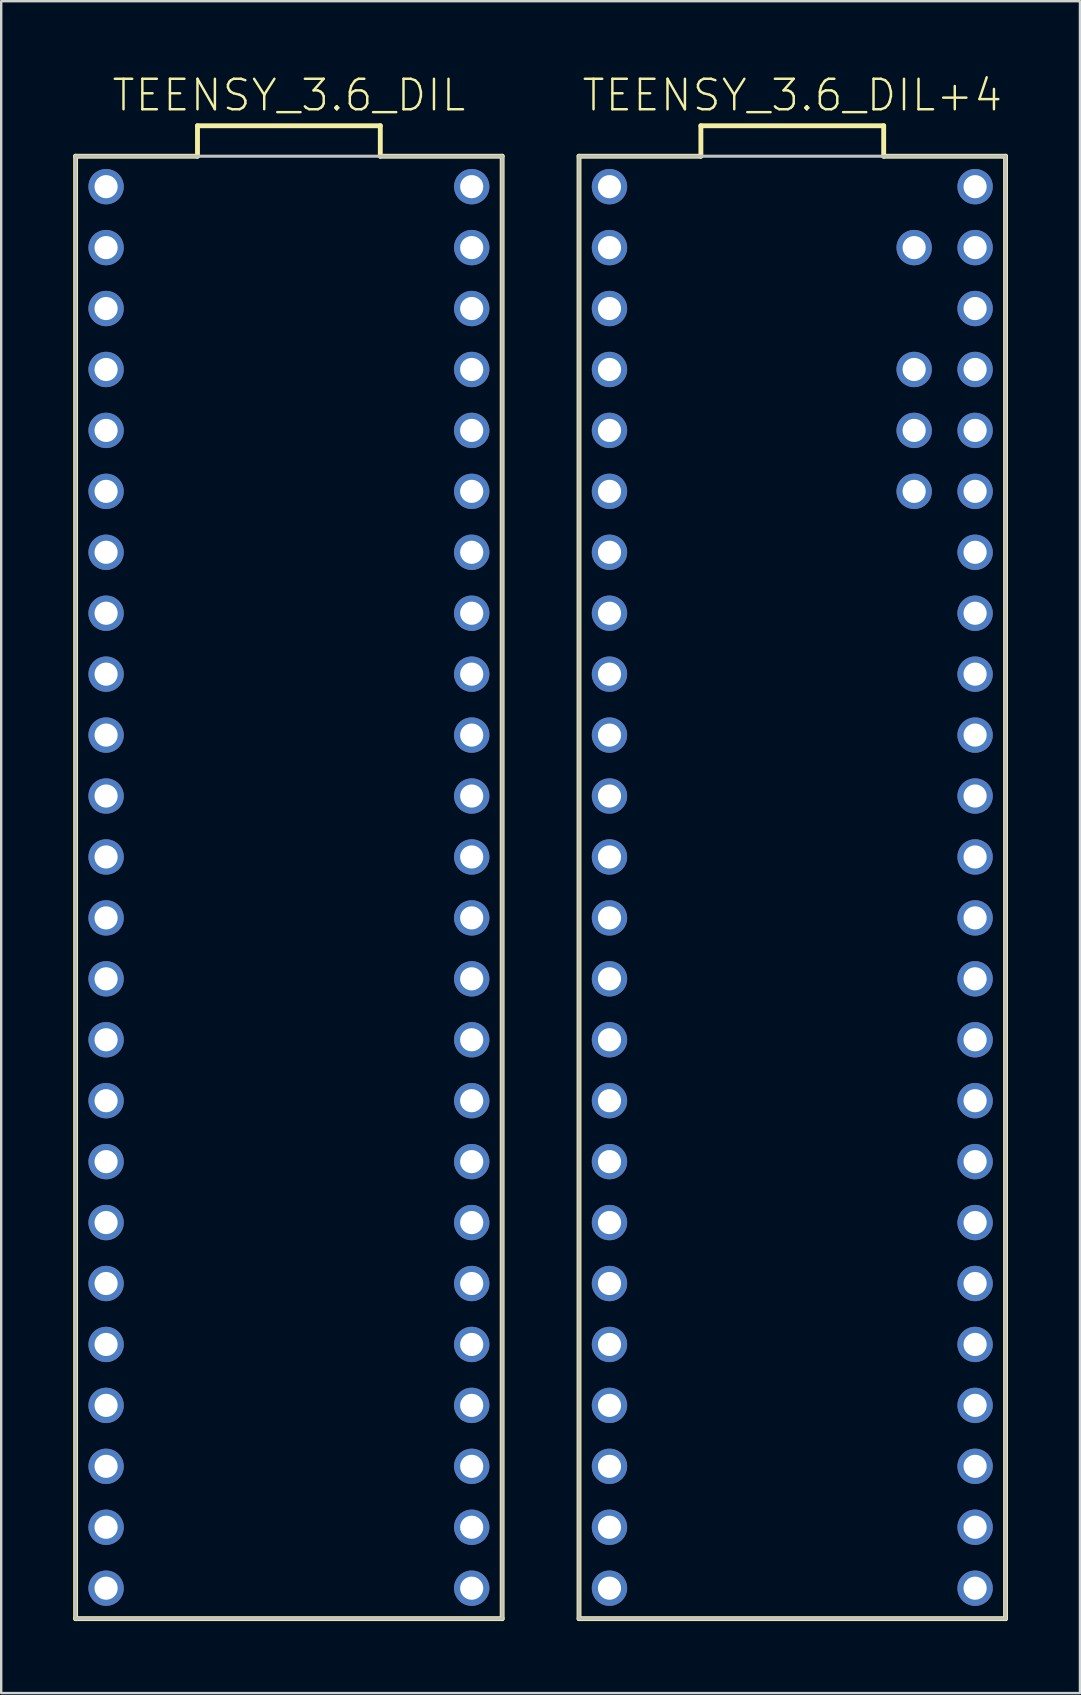
<source format=kicad_pcb>
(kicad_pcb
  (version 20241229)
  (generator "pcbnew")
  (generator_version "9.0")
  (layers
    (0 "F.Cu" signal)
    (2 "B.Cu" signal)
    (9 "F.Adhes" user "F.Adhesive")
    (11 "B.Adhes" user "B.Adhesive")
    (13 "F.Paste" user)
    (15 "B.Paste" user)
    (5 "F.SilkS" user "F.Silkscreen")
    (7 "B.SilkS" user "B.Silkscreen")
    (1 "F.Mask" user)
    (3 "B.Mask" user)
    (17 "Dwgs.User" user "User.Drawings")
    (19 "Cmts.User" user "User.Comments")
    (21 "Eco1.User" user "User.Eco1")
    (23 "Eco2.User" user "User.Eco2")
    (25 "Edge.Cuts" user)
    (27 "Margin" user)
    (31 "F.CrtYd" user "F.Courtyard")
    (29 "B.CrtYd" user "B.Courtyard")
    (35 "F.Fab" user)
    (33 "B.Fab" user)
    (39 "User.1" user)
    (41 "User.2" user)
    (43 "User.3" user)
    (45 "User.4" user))
  (footprint "TEENSY_3.6_DIL"
    (layer "F.Cu")
    (at 8.992 32.671)
    (property "Reference" "TEENSY_3.6_DIL" (at 0 -31.75 0) (layer "F.SilkS") (effects (font (size 1.27 1.27) (thickness 0.102))))
    (attr exclude_from_pos_files exclude_from_bom)
    (fp_line (start -8.89 -29.21) (end -3.81 -29.21) (stroke (width 0.203) (type solid)) (layer "F.SilkS"))
    (fp_line (start -8.89 31.75) (end -8.89 -29.21) (stroke (width 0.203) (type solid)) (layer "F.SilkS"))
    (fp_line (start -3.81 -30.48) (end 3.81 -30.48) (stroke (width 0.203) (type solid)) (layer "F.SilkS"))
    (fp_line (start -3.81 -29.21) (end -3.81 -30.48) (stroke (width 0.203) (type solid)) (layer "F.SilkS"))
    (fp_line (start 3.81 -30.48) (end 3.81 -29.21) (stroke (width 0.203) (type solid)) (layer "F.SilkS"))
    (fp_line (start 3.81 -29.21) (end 8.89 -29.21) (stroke (width 0.203) (type solid)) (layer "F.SilkS"))
    (fp_line (start 8.89 -29.21) (end 8.89 31.75) (stroke (width 0.203) (type solid)) (layer "F.SilkS"))
    (fp_line (start 8.89 31.75) (end -8.89 31.75) (stroke (width 0.203) (type solid)) (layer "F.SilkS"))
    (fp_line (start -8.89 -29.21) (end 8.89 -29.21) (stroke (width 0.127) (type solid)) (layer "Dwgs.User"))
    (fp_line (start -8.89 31.75) (end -8.89 -29.21) (stroke (width 0.127) (type solid)) (layer "Dwgs.User"))
    (fp_line (start 8.89 -29.21) (end 8.89 31.75) (stroke (width 0.127) (type solid)) (layer "Dwgs.User"))
    (fp_line (start 8.89 31.75) (end -8.89 31.75) (stroke (width 0.127) (type solid)) (layer "Dwgs.User"))
    (pad "0" thru_hole circle (at -7.62 -25.4) (size 1.473 1.473) (drill 0.965) (layers "*.Cu" "*.Paste" "*.Mask"))
    (pad "1" thru_hole circle (at -7.62 -22.86) (size 1.473 1.473) (drill 0.965) (layers "*.Cu" "*.Paste" "*.Mask"))
    (pad "2" thru_hole circle (at -7.62 -20.32) (size 1.473 1.473) (drill 0.965) (layers "*.Cu" "*.Paste" "*.Mask"))
    (pad "3" thru_hole circle (at -7.62 -17.78) (size 1.473 1.473) (drill 0.965) (layers "*.Cu" "*.Paste" "*.Mask"))
    (pad "3.3V" thru_hole circle (at 7.62 -22.86) (size 1.473 1.473) (drill 0.965) (layers "*.Cu" "*.Paste" "*.Mask"))
    (pad "3.3V3" thru_hole circle (at -7.62 7.62) (size 1.473 1.473) (drill 0.965) (layers "*.Cu" "*.Paste" "*.Mask"))
    (pad "4" thru_hole circle (at -7.62 -15.24) (size 1.473 1.473) (drill 0.965) (layers "*.Cu" "*.Paste" "*.Mask"))
    (pad "5" thru_hole circle (at -7.62 -12.7) (size 1.473 1.473) (drill 0.965) (layers "*.Cu" "*.Paste" "*.Mask"))
    (pad "6" thru_hole circle (at -7.62 -10.16) (size 1.473 1.473) (drill 0.965) (layers "*.Cu" "*.Paste" "*.Mask"))
    (pad "7" thru_hole circle (at -7.62 -7.62) (size 1.473 1.473) (drill 0.965) (layers "*.Cu" "*.Paste" "*.Mask"))
    (pad "8" thru_hole circle (at -7.62 -5.08) (size 1.473 1.473) (drill 0.965) (layers "*.Cu" "*.Paste" "*.Mask"))
    (pad "9" thru_hole circle (at -7.62 -2.54) (size 1.473 1.473) (drill 0.965) (layers "*.Cu" "*.Paste" "*.Mask"))
    (pad "10" thru_hole circle (at -7.62 0) (size 1.473 1.473) (drill 0.965) (layers "*.Cu" "*.Paste" "*.Mask"))
    (pad "11" thru_hole circle (at -7.62 2.54) (size 1.473 1.473) (drill 0.965) (layers "*.Cu" "*.Paste" "*.Mask"))
    (pad "12" thru_hole circle (at -7.62 5.08) (size 1.473 1.473) (drill 0.965) (layers "*.Cu" "*.Paste" "*.Mask"))
    (pad "13" thru_hole circle (at 7.62 5.08) (size 1.473 1.473) (drill 0.965) (layers "*.Cu" "*.Paste" "*.Mask"))
    (pad "14/A0" thru_hole circle (at 7.62 2.54) (size 1.473 1.473) (drill 0.965) (layers "*.Cu" "*.Paste" "*.Mask"))
    (pad "15/A1" thru_hole circle (at 7.62 0) (size 1.473 1.473) (drill 0.965) (layers "*.Cu" "*.Paste" "*.Mask"))
    (pad "16/A2" thru_hole circle (at 7.62 -2.54) (size 1.473 1.473) (drill 0.965) (layers "*.Cu" "*.Paste" "*.Mask"))
    (pad "17/A3" thru_hole circle (at 7.62 -5.08) (size 1.473 1.473) (drill 0.965) (layers "*.Cu" "*.Paste" "*.Mask"))
    (pad "18/A4" thru_hole circle (at 7.62 -7.62) (size 1.473 1.473) (drill 0.965) (layers "*.Cu" "*.Paste" "*.Mask"))
    (pad "19/A5" thru_hole circle (at 7.62 -10.16) (size 1.473 1.473) (drill 0.965) (layers "*.Cu" "*.Paste" "*.Mask"))
    (pad "20/A6" thru_hole circle (at 7.62 -12.7) (size 1.473 1.473) (drill 0.965) (layers "*.Cu" "*.Paste" "*.Mask"))
    (pad "21/A7" thru_hole circle (at 7.62 -15.24) (size 1.473 1.473) (drill 0.965) (layers "*.Cu" "*.Paste" "*.Mask"))
    (pad "22/A8" thru_hole circle (at 7.62 -17.78) (size 1.473 1.473) (drill 0.965) (layers "*.Cu" "*.Paste" "*.Mask"))
    (pad "23/A9" thru_hole circle (at 7.62 -20.32) (size 1.473 1.473) (drill 0.965) (layers "*.Cu" "*.Paste" "*.Mask"))
    (pad "24" thru_hole circle (at -7.62 10.16) (size 1.473 1.473) (drill 0.965) (layers "*.Cu" "*.Paste" "*.Mask"))
    (pad "25" thru_hole circle (at -7.62 12.7) (size 1.473 1.473) (drill 0.965) (layers "*.Cu" "*.Paste" "*.Mask"))
    (pad "26" thru_hole circle (at -7.62 15.24) (size 1.473 1.473) (drill 0.965) (layers "*.Cu" "*.Paste" "*.Mask"))
    (pad "27" thru_hole circle (at -7.62 17.78) (size 1.473 1.473) (drill 0.965) (layers "*.Cu" "*.Paste" "*.Mask"))
    (pad "28" thru_hole circle (at -7.62 20.32) (size 1.473 1.473) (drill 0.965) (layers "*.Cu" "*.Paste" "*.Mask"))
    (pad "29" thru_hole circle (at -7.62 22.86) (size 1.473 1.473) (drill 0.965) (layers "*.Cu" "*.Paste" "*.Mask"))
    (pad "30" thru_hole circle (at -7.62 25.4) (size 1.473 1.473) (drill 0.965) (layers "*.Cu" "*.Paste" "*.Mask"))
    (pad "31/A12" thru_hole circle (at -7.62 27.94) (size 1.473 1.473) (drill 0.965) (layers "*.Cu" "*.Paste" "*.Mask"))
    (pad "32/A13" thru_hole circle (at -7.62 30.48) (size 1.473 1.473) (drill 0.965) (layers "*.Cu" "*.Paste" "*.Mask"))
    (pad "33/A14" thru_hole circle (at 7.62 30.48) (size 1.473 1.473) (drill 0.965) (layers "*.Cu" "*.Paste" "*.Mask"))
    (pad "34/A15" thru_hole circle (at 7.62 27.94) (size 1.473 1.473) (drill 0.965) (layers "*.Cu" "*.Paste" "*.Mask"))
    (pad "35/A16" thru_hole circle (at 7.62 25.4) (size 1.473 1.473) (drill 0.965) (layers "*.Cu" "*.Paste" "*.Mask"))
    (pad "36/A17" thru_hole circle (at 7.62 22.86) (size 1.473 1.473) (drill 0.965) (layers "*.Cu" "*.Paste" "*.Mask"))
    (pad "37/A18" thru_hole circle (at 7.62 20.32) (size 1.473 1.473) (drill 0.965) (layers "*.Cu" "*.Paste" "*.Mask"))
    (pad "38/A19" thru_hole circle (at 7.62 17.78) (size 1.473 1.473) (drill 0.965) (layers "*.Cu" "*.Paste" "*.Mask"))
    (pad "39/A20" thru_hole circle (at 7.62 15.24) (size 1.473 1.473) (drill 0.965) (layers "*.Cu" "*.Paste" "*.Mask"))
    (pad "A21" thru_hole circle (at 7.62 12.7) (size 1.473 1.473) (drill 0.965) (layers "*.Cu" "*.Paste" "*.Mask"))
    (pad "A22" thru_hole circle (at 7.62 10.16) (size 1.473 1.473) (drill 0.965) (layers "*.Cu" "*.Paste" "*.Mask"))
    (pad "AGND" thru_hole circle (at 7.62 -25.4) (size 1.473 1.473) (drill 0.965) (layers "*.Cu" "*.Paste" "*.Mask"))
    (pad "GND" thru_hole circle (at -7.62 -27.94) (size 1.473 1.473) (drill 0.965) (layers "*.Cu" "*.Paste" "*.Mask"))
    (pad "GND1" thru_hole circle (at 7.62 7.62) (size 1.473 1.473) (drill 0.965) (layers "*.Cu" "*.Paste" "*.Mask"))
    (pad "VIN" thru_hole circle (at 7.62 -27.94) (size 1.473 1.473) (drill 0.965) (layers "*.Cu" "*.Paste" "*.Mask")))
  (footprint "TEENSY_3.6_DIL+4"
    (layer "F.Cu")
    (at 29.975 30.131)
    (property "Reference" "TEENSY_3.6_DIL+4" (at 0 -29.21 0) (layer "F.SilkS") (effects (font (size 1.27 1.27) (thickness 0.102))))
    (attr exclude_from_pos_files exclude_from_bom)
    (fp_line (start -8.89 -26.67) (end -3.81 -26.67) (stroke (width 0.203) (type solid)) (layer "F.SilkS"))
    (fp_line (start -8.89 34.29) (end -8.89 -26.67) (stroke (width 0.203) (type solid)) (layer "F.SilkS"))
    (fp_line (start -3.81 -27.94) (end 3.81 -27.94) (stroke (width 0.203) (type solid)) (layer "F.SilkS"))
    (fp_line (start -3.81 -26.67) (end -3.81 -27.94) (stroke (width 0.203) (type solid)) (layer "F.SilkS"))
    (fp_line (start 3.81 -27.94) (end 3.81 -26.67) (stroke (width 0.203) (type solid)) (layer "F.SilkS"))
    (fp_line (start 3.81 -26.67) (end 8.89 -26.67) (stroke (width 0.203) (type solid)) (layer "F.SilkS"))
    (fp_line (start 8.89 -26.67) (end 8.89 34.29) (stroke (width 0.203) (type solid)) (layer "F.SilkS"))
    (fp_line (start 8.89 34.29) (end -8.89 34.29) (stroke (width 0.203) (type solid)) (layer "F.SilkS"))
    (fp_line (start -8.89 -26.67) (end 8.89 -26.67) (stroke (width 0.127) (type solid)) (layer "Dwgs.User"))
    (fp_line (start -8.89 34.29) (end -8.89 -26.67) (stroke (width 0.127) (type solid)) (layer "Dwgs.User"))
    (fp_line (start 8.89 -26.67) (end 8.89 34.29) (stroke (width 0.127) (type solid)) (layer "Dwgs.User"))
    (fp_line (start 8.89 34.29) (end -8.89 34.29) (stroke (width 0.127) (type solid)) (layer "Dwgs.User"))
    (pad "0" thru_hole circle (at -7.62 -22.86) (size 1.473 1.473) (drill 0.965) (layers "*.Cu" "*.Paste" "*.Mask"))
    (pad "1" thru_hole circle (at -7.62 -20.32) (size 1.473 1.473) (drill 0.965) (layers "*.Cu" "*.Paste" "*.Mask"))
    (pad "2" thru_hole circle (at -7.62 -17.78) (size 1.473 1.473) (drill 0.965) (layers "*.Cu" "*.Paste" "*.Mask"))
    (pad "3" thru_hole circle (at -7.62 -15.24) (size 1.473 1.473) (drill 0.965) (layers "*.Cu" "*.Paste" "*.Mask"))
    (pad "3.3V" thru_hole circle (at 7.62 -20.32) (size 1.473 1.473) (drill 0.965) (layers "*.Cu" "*.Paste" "*.Mask"))
    (pad "3.3V3" thru_hole circle (at -7.62 10.16) (size 1.473 1.473) (drill 0.965) (layers "*.Cu" "*.Paste" "*.Mask"))
    (pad "4" thru_hole circle (at -7.62 -12.7) (size 1.473 1.473) (drill 0.965) (layers "*.Cu" "*.Paste" "*.Mask"))
    (pad "5" thru_hole circle (at -7.62 -10.16) (size 1.473 1.473) (drill 0.965) (layers "*.Cu" "*.Paste" "*.Mask"))
    (pad "6" thru_hole circle (at -7.62 -7.62) (size 1.473 1.473) (drill 0.965) (layers "*.Cu" "*.Paste" "*.Mask"))
    (pad "7" thru_hole circle (at -7.62 -5.08) (size 1.473 1.473) (drill 0.965) (layers "*.Cu" "*.Paste" "*.Mask"))
    (pad "8" thru_hole circle (at -7.62 -2.54) (size 1.473 1.473) (drill 0.965) (layers "*.Cu" "*.Paste" "*.Mask"))
    (pad "9" thru_hole circle (at -7.62 0) (size 1.473 1.473) (drill 0.965) (layers "*.Cu" "*.Paste" "*.Mask"))
    (pad "10" thru_hole circle (at -7.62 2.54) (size 1.473 1.473) (drill 0.965) (layers "*.Cu" "*.Paste" "*.Mask"))
    (pad "11" thru_hole circle (at -7.62 5.08) (size 1.473 1.473) (drill 0.965) (layers "*.Cu" "*.Paste" "*.Mask"))
    (pad "12" thru_hole circle (at -7.62 7.62) (size 1.473 1.473) (drill 0.965) (layers "*.Cu" "*.Paste" "*.Mask"))
    (pad "13" thru_hole circle (at 7.62 7.62) (size 1.473 1.473) (drill 0.965) (layers "*.Cu" "*.Paste" "*.Mask"))
    (pad "14/A0" thru_hole circle (at 7.62 5.08) (size 1.473 1.473) (drill 0.965) (layers "*.Cu" "*.Paste" "*.Mask"))
    (pad "15/A1" thru_hole circle (at 7.62 2.54) (size 1.473 1.473) (drill 0.965) (layers "*.Cu" "*.Paste" "*.Mask"))
    (pad "16/A2" thru_hole circle (at 7.62 0) (size 1.473 1.473) (drill 0.965) (layers "*.Cu" "*.Paste" "*.Mask"))
    (pad "17/A3" thru_hole circle (at 7.62 -2.54) (size 1.473 1.473) (drill 0.965) (layers "*.Cu" "*.Paste" "*.Mask"))
    (pad "18/A4" thru_hole circle (at 7.62 -5.08) (size 1.473 1.473) (drill 0.965) (layers "*.Cu" "*.Paste" "*.Mask"))
    (pad "19/A5" thru_hole circle (at 7.62 -7.62) (size 1.473 1.473) (drill 0.965) (layers "*.Cu" "*.Paste" "*.Mask"))
    (pad "20/A6" thru_hole circle (at 7.62 -10.16) (size 1.473 1.473) (drill 0.965) (layers "*.Cu" "*.Paste" "*.Mask"))
    (pad "21/A7" thru_hole circle (at 7.62 -12.7) (size 1.473 1.473) (drill 0.965) (layers "*.Cu" "*.Paste" "*.Mask"))
    (pad "22/A8" thru_hole circle (at 7.62 -15.24) (size 1.473 1.473) (drill 0.965) (layers "*.Cu" "*.Paste" "*.Mask"))
    (pad "23/A9" thru_hole circle (at 7.62 -17.78) (size 1.473 1.473) (drill 0.965) (layers "*.Cu" "*.Paste" "*.Mask"))
    (pad "24" thru_hole circle (at -7.62 12.7) (size 1.473 1.473) (drill 0.965) (layers "*.Cu" "*.Paste" "*.Mask"))
    (pad "25" thru_hole circle (at -7.62 15.24) (size 1.473 1.473) (drill 0.965) (layers "*.Cu" "*.Paste" "*.Mask"))
    (pad "26" thru_hole circle (at -7.62 17.78) (size 1.473 1.473) (drill 0.965) (layers "*.Cu" "*.Paste" "*.Mask"))
    (pad "27" thru_hole circle (at -7.62 20.32) (size 1.473 1.473) (drill 0.965) (layers "*.Cu" "*.Paste" "*.Mask"))
    (pad "28" thru_hole circle (at -7.62 22.86) (size 1.473 1.473) (drill 0.965) (layers "*.Cu" "*.Paste" "*.Mask"))
    (pad "29" thru_hole circle (at -7.62 25.4) (size 1.473 1.473) (drill 0.965) (layers "*.Cu" "*.Paste" "*.Mask"))
    (pad "30" thru_hole circle (at -7.62 27.94) (size 1.473 1.473) (drill 0.965) (layers "*.Cu" "*.Paste" "*.Mask"))
    (pad "31/A12" thru_hole circle (at -7.62 30.48) (size 1.473 1.473) (drill 0.965) (layers "*.Cu" "*.Paste" "*.Mask"))
    (pad "32/A13" thru_hole circle (at -7.62 33.02) (size 1.473 1.473) (drill 0.965) (layers "*.Cu" "*.Paste" "*.Mask"))
    (pad "33/A14" thru_hole circle (at 7.62 33.02) (size 1.473 1.473) (drill 0.965) (layers "*.Cu" "*.Paste" "*.Mask"))
    (pad "34/A15" thru_hole circle (at 7.62 30.48) (size 1.473 1.473) (drill 0.965) (layers "*.Cu" "*.Paste" "*.Mask"))
    (pad "35/A16" thru_hole circle (at 7.62 27.94) (size 1.473 1.473) (drill 0.965) (layers "*.Cu" "*.Paste" "*.Mask"))
    (pad "36/A17" thru_hole circle (at 7.62 25.4) (size 1.473 1.473) (drill 0.965) (layers "*.Cu" "*.Paste" "*.Mask"))
    (pad "37/A18" thru_hole circle (at 7.62 22.86) (size 1.473 1.473) (drill 0.965) (layers "*.Cu" "*.Paste" "*.Mask"))
    (pad "38/A19" thru_hole circle (at 7.62 20.32) (size 1.473 1.473) (drill 0.965) (layers "*.Cu" "*.Paste" "*.Mask"))
    (pad "39/A20" thru_hole circle (at 7.62 17.78) (size 1.473 1.473) (drill 0.965) (layers "*.Cu" "*.Paste" "*.Mask"))
    (pad "A10" thru_hole circle (at 5.08 -15.24) (size 1.473 1.473) (drill 0.965) (layers "*.Cu" "*.Paste" "*.Mask"))
    (pad "A11" thru_hole circle (at 5.08 -12.7) (size 1.473 1.473) (drill 0.965) (layers "*.Cu" "*.Paste" "*.Mask"))
    (pad "A21" thru_hole circle (at 7.62 15.24) (size 1.473 1.473) (drill 0.965) (layers "*.Cu" "*.Paste" "*.Mask"))
    (pad "A22" thru_hole circle (at 7.62 12.7) (size 1.473 1.473) (drill 0.965) (layers "*.Cu" "*.Paste" "*.Mask"))
    (pad "AGND" thru_hole circle (at 7.62 -22.86) (size 1.473 1.473) (drill 0.965) (layers "*.Cu" "*.Paste" "*.Mask"))
    (pad "AREF" thru_hole circle (at 5.08 -17.78) (size 1.473 1.473) (drill 0.965) (layers "*.Cu" "*.Paste" "*.Mask"))
    (pad "GND" thru_hole circle (at -7.62 -25.4) (size 1.473 1.473) (drill 0.965) (layers "*.Cu" "*.Paste" "*.Mask"))
    (pad "GND1" thru_hole circle (at 7.62 10.16) (size 1.473 1.473) (drill 0.965) (layers "*.Cu" "*.Paste" "*.Mask"))
    (pad "VIN" thru_hole circle (at 7.62 -25.4) (size 1.473 1.473) (drill 0.965) (layers "*.Cu" "*.Paste" "*.Mask"))
    (pad "VUSB" thru_hole circle (at 5.08 -22.86) (size 1.473 1.473) (drill 0.965) (layers "*.Cu" "*.Paste" "*.Mask")))
  (gr_rect
    (start -3 -3)
    (end 41.966 67.523)
    (stroke (width 0.1) (type default))
    (fill no)
    (layer "Edge.Cuts")))
</source>
